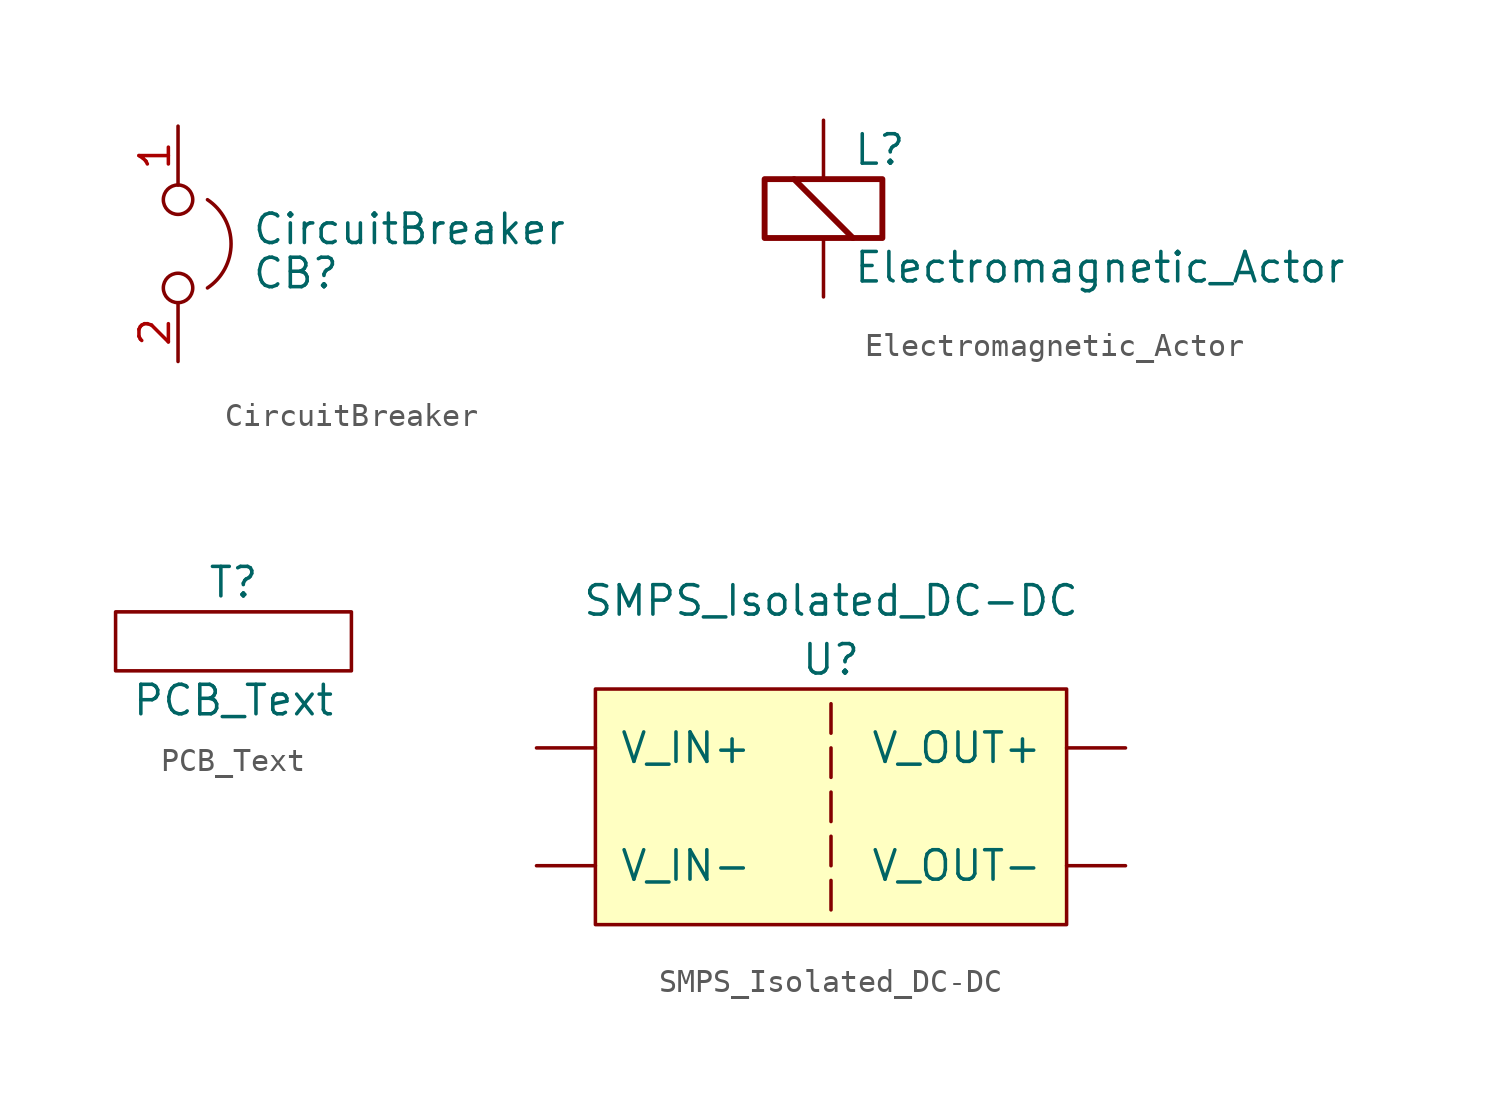
<source format=kicad_sym>
(kicad_symbol_lib
  (version 20211014)
  (generator kicad_symbol_editor)
  (symbol "CircuitBreaker"
    (property "Reference" "CB"
      (at 3.175 -1.27 0)
      (effects (font (size 1.27 1.27)) (justify left)))
    (property "Value" "CircuitBreaker"
      (at 3.175 0.635 0)
      (effects (font (size 1.27 1.27)) (justify left)))
    (symbol "CircuitBreaker_0_1"
      (circle (center 0 -1.905) (radius 0.635) (stroke (width 0) (type default) (color 0 0 0 0)) (fill (type none)))
      (circle (center 0 1.905) (radius 0.635) (stroke (width 0) (type default) (color 0 0 0 0)) (fill (type none)))
      (arc (start 1.27 -1.905) (mid 2.2895 0) (end 1.27 1.905) (stroke (width 0) (type default) (color 0 0 0 0)) (fill (type none))))
    (symbol "CircuitBreaker_1_1"
      (pin passive line (at 0 5.08 270) (length 2.54) (name "~" (effects (font (size 1.27 1.27)))) (number "1" (effects (font (size 1.27 1.27)))))
      (pin passive line (at 0 -5.08 90) (length 2.54) (name "~" (effects (font (size 1.27 1.27)))) (number "2" (effects (font (size 1.27 1.27)))))))
  (symbol "Electromagnetic_Actor"
    (pin_numbers hide)
    (pin_names
      (offset 0.025) hide)
    (property "Reference" "L"
      (at 1.27 3.81 0)
      (effects (font (size 1.27 1.27)) (justify left)))
    (property "Value" "Electromagnetic_Actor"
      (at 1.27 -1.27 0)
      (effects (font (size 1.27 1.27)) (justify left)))
    (symbol "Electromagnetic_Actor_0_1"
      (rectangle (start -2.54 2.54) (end 2.54 0) (stroke (width 0.254) (type default) (color 0 0 0 0)) (fill (type none)))
      (polyline (pts (xy -1.27 2.54) (xy 1.27 0)) (stroke (width 0.254) (type default) (color 0 0 0 0)) (fill (type none))))
    (symbol "Electromagnetic_Actor_1_1"
      (pin passive line (at 0 5.08 270) (length 2.54) (name "-" (effects (font (size 1.27 1.27)))) (number "1" (effects (font (size 1.27 1.27)))))
      (pin passive line (at 0 -2.54 90) (length 2.54) (name "+" (effects (font (size 1.27 1.27)))) (number "2" (effects (font (size 1.27 1.27)))))))
  (symbol "PCB_Text"
    (pin_names
      (offset 1.016))
    (property "Reference" "T"
      (at 0 3.81 0)
      (effects (font (size 1.27 1.27))))
    (property "Value" "PCB_Text"
      (at 0 -1.27 0)
      (effects (font (size 1.27 1.27))))
    (symbol "PCB_Text_0_1"
      (rectangle (start -5.08 0) (end 5.08 2.54) (stroke (width 0) (type default) (color 0 0 0 0)) (fill (type none)))))
  (symbol "SMPS_Isolated_DC-DC"
    (pin_numbers hide)
    (pin_names
      (offset 1.016))
    (property "Reference" "U"
      (at 0 6.35 0)
      (effects (font (size 1.27 1.27))))
    (property "Value" "SMPS_Isolated_DC-DC"
      (at 0 8.89 0)
      (effects (font (size 1.27 1.27))))
    (symbol "SMPS_Isolated_DC-DC_0_0"
      (pin power_in line (at -12.7 2.54 0) (length 2.54) (name "V_IN+" (effects (font (size 1.27 1.27)))) (number "~" (effects (font (size 1.27 1.27)))))
      (pin power_in line (at -12.7 -2.54 0) (length 2.54) (name "V_IN-" (effects (font (size 1.27 1.27)))) (number "~" (effects (font (size 1.27 1.27)))))
      (pin power_out line (at 12.7 2.54 180) (length 2.54) (name "V_OUT+" (effects (font (size 1.27 1.27)))) (number "~" (effects (font (size 1.27 1.27)))))
      (pin power_out line (at 12.7 -2.54 180) (length 2.54) (name "V_OUT-" (effects (font (size 1.27 1.27)))) (number "~" (effects (font (size 1.27 1.27))))))
    (symbol "SMPS_Isolated_DC-DC_0_1"
      (rectangle (start -10.16 5.08) (end 10.16 -5.08) (stroke (width 0.152) (type default) (color 0 0 0 0)) (fill (type background)))
      (polyline (pts (xy 0 -3.175) (xy 0 -4.445)) (stroke (width 0.152) (type default) (color 0 0 0 0)) (fill (type none)))
      (polyline (pts (xy 0 -1.27) (xy 0 -2.54)) (stroke (width 0.152) (type default) (color 0 0 0 0)) (fill (type none)))
      (polyline (pts (xy 0 0.635) (xy 0 -0.635)) (stroke (width 0.152) (type default) (color 0 0 0 0)) (fill (type none)))
      (polyline (pts (xy 0 2.54) (xy 0 1.27)) (stroke (width 0.152) (type default) (color 0 0 0 0)) (fill (type none)))
      (polyline (pts (xy 0 4.445) (xy 0 3.81) (xy 0 3.175)) (stroke (width 0.152) (type default) (color 0 0 0 0)) (fill (type none))))))
</source>
